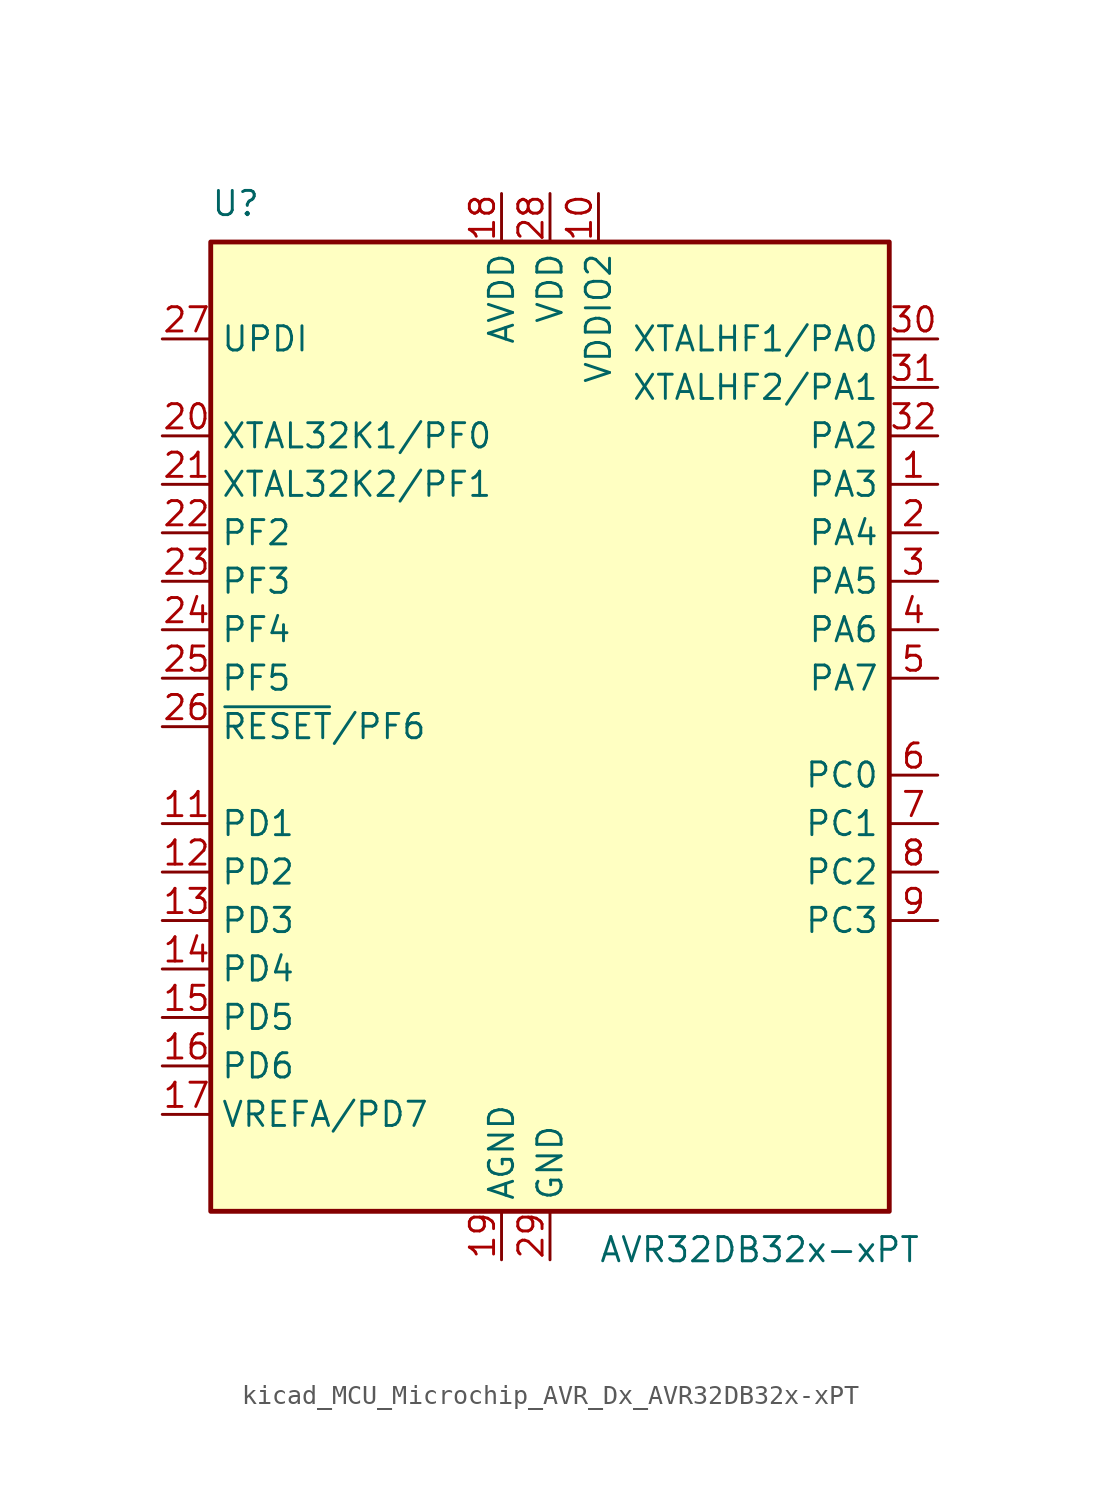
<source format=kicad_sym>
(kicad_symbol_lib
  (version 20220914)
  (generator kicad_symbol_editor)
  (symbol "kicad_MCU_Microchip_AVR_Dx_AVR32DB32x-xPT"
    (property "Reference" "U"
      (at -17.78 26.67 0)
      (effects (font (size 1.27 1.27)) (justify left bottom)))
    (property "Value" "AVR32DB32x-xPT"
      (at 2.54 -26.67 0)
      (effects (font (size 1.27 1.27)) (justify left top)))
    (symbol "kicad_MCU_Microchip_AVR_Dx_AVR32DB32x-xPT_0_1"
      (rectangle (start -17.78 25.4) (end 17.78 -25.4) (stroke (width 0.254) (type default)) (fill (type background))))
    (symbol "kicad_MCU_Microchip_AVR_Dx_AVR32DB32x-xPT_1_1"
      (pin bidirectional line (at 20.32 12.7 180) (length 2.54) (name "PA3" (effects (font (size 1.27 1.27)))) (number "1" (effects (font (size 1.27 1.27)))))
      (pin power_in line (at 2.54 27.94 270) (length 2.54) (name "VDDIO2" (effects (font (size 1.27 1.27)))) (number "10" (effects (font (size 1.27 1.27)))))
      (pin bidirectional line (at -20.32 -5.08 0) (length 2.54) (name "PD1" (effects (font (size 1.27 1.27)))) (number "11" (effects (font (size 1.27 1.27)))))
      (pin bidirectional line (at -20.32 -7.62 0) (length 2.54) (name "PD2" (effects (font (size 1.27 1.27)))) (number "12" (effects (font (size 1.27 1.27)))))
      (pin bidirectional line (at -20.32 -10.16 0) (length 2.54) (name "PD3" (effects (font (size 1.27 1.27)))) (number "13" (effects (font (size 1.27 1.27)))))
      (pin bidirectional line (at -20.32 -12.7 0) (length 2.54) (name "PD4" (effects (font (size 1.27 1.27)))) (number "14" (effects (font (size 1.27 1.27)))))
      (pin bidirectional line (at -20.32 -15.24 0) (length 2.54) (name "PD5" (effects (font (size 1.27 1.27)))) (number "15" (effects (font (size 1.27 1.27)))))
      (pin bidirectional line (at -20.32 -17.78 0) (length 2.54) (name "PD6" (effects (font (size 1.27 1.27)))) (number "16" (effects (font (size 1.27 1.27)))))
      (pin bidirectional line (at -20.32 -20.32 0) (length 2.54) (name "VREFA/PD7" (effects (font (size 1.27 1.27)))) (number "17" (effects (font (size 1.27 1.27)))))
      (pin power_in line (at -2.54 27.94 270) (length 2.54) (name "AVDD" (effects (font (size 1.27 1.27)))) (number "18" (effects (font (size 1.27 1.27)))))
      (pin power_in line (at -2.54 -27.94 90) (length 2.54) (name "AGND" (effects (font (size 1.27 1.27)))) (number "19" (effects (font (size 1.27 1.27)))))
      (pin bidirectional line (at 20.32 10.16 180) (length 2.54) (name "PA4" (effects (font (size 1.27 1.27)))) (number "2" (effects (font (size 1.27 1.27)))))
      (pin bidirectional line (at -20.32 15.24 0) (length 2.54) (name "XTAL32K1/PF0" (effects (font (size 1.27 1.27)))) (number "20" (effects (font (size 1.27 1.27)))))
      (pin bidirectional line (at -20.32 12.7 0) (length 2.54) (name "XTAL32K2/PF1" (effects (font (size 1.27 1.27)))) (number "21" (effects (font (size 1.27 1.27)))))
      (pin bidirectional line (at -20.32 10.16 0) (length 2.54) (name "PF2" (effects (font (size 1.27 1.27)))) (number "22" (effects (font (size 1.27 1.27)))))
      (pin bidirectional line (at -20.32 7.62 0) (length 2.54) (name "PF3" (effects (font (size 1.27 1.27)))) (number "23" (effects (font (size 1.27 1.27)))))
      (pin bidirectional line (at -20.32 5.08 0) (length 2.54) (name "PF4" (effects (font (size 1.27 1.27)))) (number "24" (effects (font (size 1.27 1.27)))))
      (pin bidirectional line (at -20.32 2.54 0) (length 2.54) (name "PF5" (effects (font (size 1.27 1.27)))) (number "25" (effects (font (size 1.27 1.27)))))
      (pin bidirectional line (at -20.32 0 0) (length 2.54) (name "~{RESET}/PF6" (effects (font (size 1.27 1.27)))) (number "26" (effects (font (size 1.27 1.27)))))
      (pin input line (at -20.32 20.32 0) (length 2.54) (name "UPDI" (effects (font (size 1.27 1.27)))) (number "27" (effects (font (size 1.27 1.27)))))
      (pin power_in line (at 0 27.94 270) (length 2.54) (name "VDD" (effects (font (size 1.27 1.27)))) (number "28" (effects (font (size 1.27 1.27)))))
      (pin power_in line (at 0 -27.94 90) (length 2.54) (name "GND" (effects (font (size 1.27 1.27)))) (number "29" (effects (font (size 1.27 1.27)))))
      (pin bidirectional line (at 20.32 7.62 180) (length 2.54) (name "PA5" (effects (font (size 1.27 1.27)))) (number "3" (effects (font (size 1.27 1.27)))))
      (pin bidirectional line (at 20.32 20.32 180) (length 2.54) (name "XTALHF1/PA0" (effects (font (size 1.27 1.27)))) (number "30" (effects (font (size 1.27 1.27)))))
      (pin bidirectional line (at 20.32 17.78 180) (length 2.54) (name "XTALHF2/PA1" (effects (font (size 1.27 1.27)))) (number "31" (effects (font (size 1.27 1.27)))))
      (pin bidirectional line (at 20.32 15.24 180) (length 2.54) (name "PA2" (effects (font (size 1.27 1.27)))) (number "32" (effects (font (size 1.27 1.27)))))
      (pin bidirectional line (at 20.32 5.08 180) (length 2.54) (name "PA6" (effects (font (size 1.27 1.27)))) (number "4" (effects (font (size 1.27 1.27)))))
      (pin bidirectional line (at 20.32 2.54 180) (length 2.54) (name "PA7" (effects (font (size 1.27 1.27)))) (number "5" (effects (font (size 1.27 1.27)))))
      (pin bidirectional line (at 20.32 -2.54 180) (length 2.54) (name "PC0" (effects (font (size 1.27 1.27)))) (number "6" (effects (font (size 1.27 1.27)))))
      (pin bidirectional line (at 20.32 -5.08 180) (length 2.54) (name "PC1" (effects (font (size 1.27 1.27)))) (number "7" (effects (font (size 1.27 1.27)))))
      (pin bidirectional line (at 20.32 -7.62 180) (length 2.54) (name "PC2" (effects (font (size 1.27 1.27)))) (number "8" (effects (font (size 1.27 1.27)))))
      (pin bidirectional line (at 20.32 -10.16 180) (length 2.54) (name "PC3" (effects (font (size 1.27 1.27)))) (number "9" (effects (font (size 1.27 1.27))))))))
</source>
